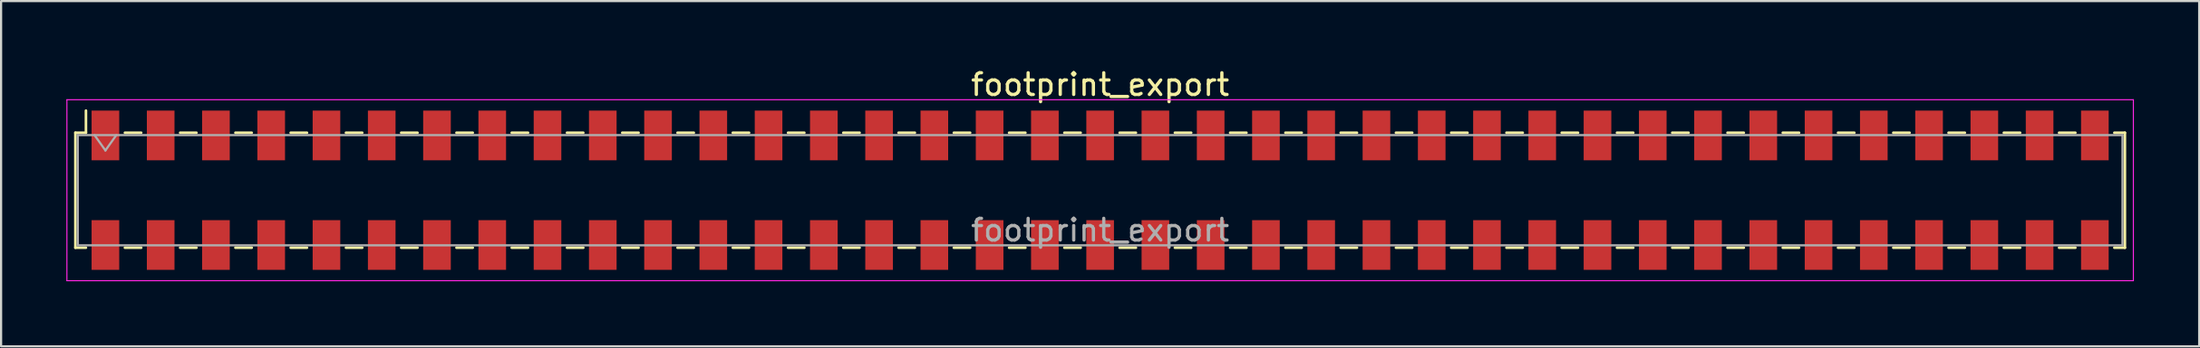
<source format=kicad_pcb>
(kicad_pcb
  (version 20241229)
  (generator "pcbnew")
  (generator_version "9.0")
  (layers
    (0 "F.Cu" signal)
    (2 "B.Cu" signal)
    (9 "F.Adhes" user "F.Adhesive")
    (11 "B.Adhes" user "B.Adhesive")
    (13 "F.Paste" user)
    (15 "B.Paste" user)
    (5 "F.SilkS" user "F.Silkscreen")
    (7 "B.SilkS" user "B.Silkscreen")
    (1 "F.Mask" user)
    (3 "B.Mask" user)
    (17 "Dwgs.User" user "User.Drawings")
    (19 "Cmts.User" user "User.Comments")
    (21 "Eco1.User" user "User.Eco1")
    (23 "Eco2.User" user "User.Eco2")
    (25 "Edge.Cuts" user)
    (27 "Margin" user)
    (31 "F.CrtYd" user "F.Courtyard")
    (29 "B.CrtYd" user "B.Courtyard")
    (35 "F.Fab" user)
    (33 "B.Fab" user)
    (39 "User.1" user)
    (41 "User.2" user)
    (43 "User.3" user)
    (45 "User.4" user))
  (footprint "footprint_export"
    (layer "F.Cu")
    (at 47.515 5.718)
    (property "Reference" "footprint_export" (at 0 -4.87 0) (layer "F.SilkS") (effects (font (size 1 1) (thickness 0.15))))
    (attr smd)
    (fp_line (start -47.1 -2.65) (end -47.1 2.65) (stroke (width 0.12) (type solid)) (layer "F.SilkS"))
    (fp_line (start -47.1 2.65) (end -46.615 2.65) (stroke (width 0.12) (type solid)) (layer "F.SilkS"))
    (fp_line (start -46.615 -3.67) (end -46.615 -2.65) (stroke (width 0.12) (type solid)) (layer "F.SilkS"))
    (fp_line (start -46.615 -2.65) (end -47.1 -2.65) (stroke (width 0.12) (type solid)) (layer "F.SilkS"))
    (fp_line (start -44.825 -2.65) (end -44.075 -2.65) (stroke (width 0.12) (type solid)) (layer "F.SilkS"))
    (fp_line (start -44.825 2.65) (end -44.075 2.65) (stroke (width 0.12) (type solid)) (layer "F.SilkS"))
    (fp_line (start -42.285 -2.65) (end -41.535 -2.65) (stroke (width 0.12) (type solid)) (layer "F.SilkS"))
    (fp_line (start -42.285 2.65) (end -41.535 2.65) (stroke (width 0.12) (type solid)) (layer "F.SilkS"))
    (fp_line (start -39.745 -2.65) (end -38.995 -2.65) (stroke (width 0.12) (type solid)) (layer "F.SilkS"))
    (fp_line (start -39.745 2.65) (end -38.995 2.65) (stroke (width 0.12) (type solid)) (layer "F.SilkS"))
    (fp_line (start -37.205 -2.65) (end -36.455 -2.65) (stroke (width 0.12) (type solid)) (layer "F.SilkS"))
    (fp_line (start -37.205 2.65) (end -36.455 2.65) (stroke (width 0.12) (type solid)) (layer "F.SilkS"))
    (fp_line (start -34.665 -2.65) (end -33.915 -2.65) (stroke (width 0.12) (type solid)) (layer "F.SilkS"))
    (fp_line (start -34.665 2.65) (end -33.915 2.65) (stroke (width 0.12) (type solid)) (layer "F.SilkS"))
    (fp_line (start -32.125 -2.65) (end -31.375 -2.65) (stroke (width 0.12) (type solid)) (layer "F.SilkS"))
    (fp_line (start -32.125 2.65) (end -31.375 2.65) (stroke (width 0.12) (type solid)) (layer "F.SilkS"))
    (fp_line (start -29.585 -2.65) (end -28.835 -2.65) (stroke (width 0.12) (type solid)) (layer "F.SilkS"))
    (fp_line (start -29.585 2.65) (end -28.835 2.65) (stroke (width 0.12) (type solid)) (layer "F.SilkS"))
    (fp_line (start -27.045 -2.65) (end -26.295 -2.65) (stroke (width 0.12) (type solid)) (layer "F.SilkS"))
    (fp_line (start -27.045 2.65) (end -26.295 2.65) (stroke (width 0.12) (type solid)) (layer "F.SilkS"))
    (fp_line (start -24.505 -2.65) (end -23.755 -2.65) (stroke (width 0.12) (type solid)) (layer "F.SilkS"))
    (fp_line (start -24.505 2.65) (end -23.755 2.65) (stroke (width 0.12) (type solid)) (layer "F.SilkS"))
    (fp_line (start -21.965 -2.65) (end -21.215 -2.65) (stroke (width 0.12) (type solid)) (layer "F.SilkS"))
    (fp_line (start -21.965 2.65) (end -21.215 2.65) (stroke (width 0.12) (type solid)) (layer "F.SilkS"))
    (fp_line (start -19.425 -2.65) (end -18.675 -2.65) (stroke (width 0.12) (type solid)) (layer "F.SilkS"))
    (fp_line (start -19.425 2.65) (end -18.675 2.65) (stroke (width 0.12) (type solid)) (layer "F.SilkS"))
    (fp_line (start -16.885 -2.65) (end -16.135 -2.65) (stroke (width 0.12) (type solid)) (layer "F.SilkS"))
    (fp_line (start -16.885 2.65) (end -16.135 2.65) (stroke (width 0.12) (type solid)) (layer "F.SilkS"))
    (fp_line (start -14.345 -2.65) (end -13.595 -2.65) (stroke (width 0.12) (type solid)) (layer "F.SilkS"))
    (fp_line (start -14.345 2.65) (end -13.595 2.65) (stroke (width 0.12) (type solid)) (layer "F.SilkS"))
    (fp_line (start -11.805 -2.65) (end -11.055 -2.65) (stroke (width 0.12) (type solid)) (layer "F.SilkS"))
    (fp_line (start -11.805 2.65) (end -11.055 2.65) (stroke (width 0.12) (type solid)) (layer "F.SilkS"))
    (fp_line (start -9.265 -2.65) (end -8.515 -2.65) (stroke (width 0.12) (type solid)) (layer "F.SilkS"))
    (fp_line (start -9.265 2.65) (end -8.515 2.65) (stroke (width 0.12) (type solid)) (layer "F.SilkS"))
    (fp_line (start -6.725 -2.65) (end -5.975 -2.65) (stroke (width 0.12) (type solid)) (layer "F.SilkS"))
    (fp_line (start -6.725 2.65) (end -5.975 2.65) (stroke (width 0.12) (type solid)) (layer "F.SilkS"))
    (fp_line (start -4.185 -2.65) (end -3.435 -2.65) (stroke (width 0.12) (type solid)) (layer "F.SilkS"))
    (fp_line (start -4.185 2.65) (end -3.435 2.65) (stroke (width 0.12) (type solid)) (layer "F.SilkS"))
    (fp_line (start -1.645 -2.65) (end -0.895 -2.65) (stroke (width 0.12) (type solid)) (layer "F.SilkS"))
    (fp_line (start -1.645 2.65) (end -0.895 2.65) (stroke (width 0.12) (type solid)) (layer "F.SilkS"))
    (fp_line (start 0.895 -2.65) (end 1.645 -2.65) (stroke (width 0.12) (type solid)) (layer "F.SilkS"))
    (fp_line (start 0.895 2.65) (end 1.645 2.65) (stroke (width 0.12) (type solid)) (layer "F.SilkS"))
    (fp_line (start 3.435 -2.65) (end 4.185 -2.65) (stroke (width 0.12) (type solid)) (layer "F.SilkS"))
    (fp_line (start 3.435 2.65) (end 4.185 2.65) (stroke (width 0.12) (type solid)) (layer "F.SilkS"))
    (fp_line (start 5.975 -2.65) (end 6.725 -2.65) (stroke (width 0.12) (type solid)) (layer "F.SilkS"))
    (fp_line (start 5.975 2.65) (end 6.725 2.65) (stroke (width 0.12) (type solid)) (layer "F.SilkS"))
    (fp_line (start 8.515 -2.65) (end 9.265 -2.65) (stroke (width 0.12) (type solid)) (layer "F.SilkS"))
    (fp_line (start 8.515 2.65) (end 9.265 2.65) (stroke (width 0.12) (type solid)) (layer "F.SilkS"))
    (fp_line (start 11.055 -2.65) (end 11.805 -2.65) (stroke (width 0.12) (type solid)) (layer "F.SilkS"))
    (fp_line (start 11.055 2.65) (end 11.805 2.65) (stroke (width 0.12) (type solid)) (layer "F.SilkS"))
    (fp_line (start 13.595 -2.65) (end 14.345 -2.65) (stroke (width 0.12) (type solid)) (layer "F.SilkS"))
    (fp_line (start 13.595 2.65) (end 14.345 2.65) (stroke (width 0.12) (type solid)) (layer "F.SilkS"))
    (fp_line (start 16.135 -2.65) (end 16.885 -2.65) (stroke (width 0.12) (type solid)) (layer "F.SilkS"))
    (fp_line (start 16.135 2.65) (end 16.885 2.65) (stroke (width 0.12) (type solid)) (layer "F.SilkS"))
    (fp_line (start 18.675 -2.65) (end 19.425 -2.65) (stroke (width 0.12) (type solid)) (layer "F.SilkS"))
    (fp_line (start 18.675 2.65) (end 19.425 2.65) (stroke (width 0.12) (type solid)) (layer "F.SilkS"))
    (fp_line (start 21.215 -2.65) (end 21.965 -2.65) (stroke (width 0.12) (type solid)) (layer "F.SilkS"))
    (fp_line (start 21.215 2.65) (end 21.965 2.65) (stroke (width 0.12) (type solid)) (layer "F.SilkS"))
    (fp_line (start 23.755 -2.65) (end 24.505 -2.65) (stroke (width 0.12) (type solid)) (layer "F.SilkS"))
    (fp_line (start 23.755 2.65) (end 24.505 2.65) (stroke (width 0.12) (type solid)) (layer "F.SilkS"))
    (fp_line (start 26.295 -2.65) (end 27.045 -2.65) (stroke (width 0.12) (type solid)) (layer "F.SilkS"))
    (fp_line (start 26.295 2.65) (end 27.045 2.65) (stroke (width 0.12) (type solid)) (layer "F.SilkS"))
    (fp_line (start 28.835 -2.65) (end 29.585 -2.65) (stroke (width 0.12) (type solid)) (layer "F.SilkS"))
    (fp_line (start 28.835 2.65) (end 29.585 2.65) (stroke (width 0.12) (type solid)) (layer "F.SilkS"))
    (fp_line (start 31.375 -2.65) (end 32.125 -2.65) (stroke (width 0.12) (type solid)) (layer "F.SilkS"))
    (fp_line (start 31.375 2.65) (end 32.125 2.65) (stroke (width 0.12) (type solid)) (layer "F.SilkS"))
    (fp_line (start 33.915 -2.65) (end 34.665 -2.65) (stroke (width 0.12) (type solid)) (layer "F.SilkS"))
    (fp_line (start 33.915 2.65) (end 34.665 2.65) (stroke (width 0.12) (type solid)) (layer "F.SilkS"))
    (fp_line (start 36.455 -2.65) (end 37.205 -2.65) (stroke (width 0.12) (type solid)) (layer "F.SilkS"))
    (fp_line (start 36.455 2.65) (end 37.205 2.65) (stroke (width 0.12) (type solid)) (layer "F.SilkS"))
    (fp_line (start 38.995 -2.65) (end 39.745 -2.65) (stroke (width 0.12) (type solid)) (layer "F.SilkS"))
    (fp_line (start 38.995 2.65) (end 39.745 2.65) (stroke (width 0.12) (type solid)) (layer "F.SilkS"))
    (fp_line (start 41.535 -2.65) (end 42.285 -2.65) (stroke (width 0.12) (type solid)) (layer "F.SilkS"))
    (fp_line (start 41.535 2.65) (end 42.285 2.65) (stroke (width 0.12) (type solid)) (layer "F.SilkS"))
    (fp_line (start 44.075 -2.65) (end 44.825 -2.65) (stroke (width 0.12) (type solid)) (layer "F.SilkS"))
    (fp_line (start 44.075 2.65) (end 44.825 2.65) (stroke (width 0.12) (type solid)) (layer "F.SilkS"))
    (fp_line (start 46.615 -2.65) (end 47.1 -2.65) (stroke (width 0.12) (type solid)) (layer "F.SilkS"))
    (fp_line (start 47.1 -2.65) (end 47.1 2.65) (stroke (width 0.12) (type solid)) (layer "F.SilkS"))
    (fp_line (start 47.1 2.65) (end 46.615 2.65) (stroke (width 0.12) (type solid)) (layer "F.SilkS"))
    (fp_line (start -47.49 -4.17) (end 47.49 -4.17) (stroke (width 0.05) (type solid)) (layer "F.CrtYd"))
    (fp_line (start -47.49 4.17) (end -47.49 -4.17) (stroke (width 0.05) (type solid)) (layer "F.CrtYd"))
    (fp_line (start 47.49 -4.17) (end 47.49 4.17) (stroke (width 0.05) (type solid)) (layer "F.CrtYd"))
    (fp_line (start 47.49 4.17) (end -47.49 4.17) (stroke (width 0.05) (type solid)) (layer "F.CrtYd"))
    (fp_line (start -46.99 -2.54) (end 46.99 -2.54) (stroke (width 0.1) (type solid)) (layer "F.Fab"))
    (fp_line (start -46.99 2.54) (end -46.99 -2.54) (stroke (width 0.1) (type solid)) (layer "F.Fab"))
    (fp_line (start -46.22 -2.54) (end -45.72 -1.833) (stroke (width 0.1) (type solid)) (layer "F.Fab"))
    (fp_line (start -45.72 -1.833) (end -45.22 -2.54) (stroke (width 0.1) (type solid)) (layer "F.Fab"))
    (fp_line (start 46.99 -2.54) (end 46.99 2.54) (stroke (width 0.1) (type solid)) (layer "F.Fab"))
    (fp_line (start 46.99 2.54) (end -46.99 2.54) (stroke (width 0.1) (type solid)) (layer "F.Fab"))
    (fp_text user "${REFERENCE}" (at 0 1.84 0) (layer "F.Fab") (effects (font (size 1 1) (thickness 0.15))))
    (pad "1" smd rect (at -45.72 -2.525) (size 1.27 2.29) (layers "F.Cu" "F.Mask" "F.Paste"))
    (pad "2" smd rect (at -45.72 2.525) (size 1.27 2.29) (layers "F.Cu" "F.Mask" "F.Paste"))
    (pad "3" smd rect (at -43.18 -2.525) (size 1.27 2.29) (layers "F.Cu" "F.Mask" "F.Paste"))
    (pad "4" smd rect (at -43.18 2.525) (size 1.27 2.29) (layers "F.Cu" "F.Mask" "F.Paste"))
    (pad "5" smd rect (at -40.64 -2.525) (size 1.27 2.29) (layers "F.Cu" "F.Mask" "F.Paste"))
    (pad "6" smd rect (at -40.64 2.525) (size 1.27 2.29) (layers "F.Cu" "F.Mask" "F.Paste"))
    (pad "7" smd rect (at -38.1 -2.525) (size 1.27 2.29) (layers "F.Cu" "F.Mask" "F.Paste"))
    (pad "8" smd rect (at -38.1 2.525) (size 1.27 2.29) (layers "F.Cu" "F.Mask" "F.Paste"))
    (pad "9" smd rect (at -35.56 -2.525) (size 1.27 2.29) (layers "F.Cu" "F.Mask" "F.Paste"))
    (pad "10" smd rect (at -35.56 2.525) (size 1.27 2.29) (layers "F.Cu" "F.Mask" "F.Paste"))
    (pad "11" smd rect (at -33.02 -2.525) (size 1.27 2.29) (layers "F.Cu" "F.Mask" "F.Paste"))
    (pad "12" smd rect (at -33.02 2.525) (size 1.27 2.29) (layers "F.Cu" "F.Mask" "F.Paste"))
    (pad "13" smd rect (at -30.48 -2.525) (size 1.27 2.29) (layers "F.Cu" "F.Mask" "F.Paste"))
    (pad "14" smd rect (at -30.48 2.525) (size 1.27 2.29) (layers "F.Cu" "F.Mask" "F.Paste"))
    (pad "15" smd rect (at -27.94 -2.525) (size 1.27 2.29) (layers "F.Cu" "F.Mask" "F.Paste"))
    (pad "16" smd rect (at -27.94 2.525) (size 1.27 2.29) (layers "F.Cu" "F.Mask" "F.Paste"))
    (pad "17" smd rect (at -25.4 -2.525) (size 1.27 2.29) (layers "F.Cu" "F.Mask" "F.Paste"))
    (pad "18" smd rect (at -25.4 2.525) (size 1.27 2.29) (layers "F.Cu" "F.Mask" "F.Paste"))
    (pad "19" smd rect (at -22.86 -2.525) (size 1.27 2.29) (layers "F.Cu" "F.Mask" "F.Paste"))
    (pad "20" smd rect (at -22.86 2.525) (size 1.27 2.29) (layers "F.Cu" "F.Mask" "F.Paste"))
    (pad "21" smd rect (at -20.32 -2.525) (size 1.27 2.29) (layers "F.Cu" "F.Mask" "F.Paste"))
    (pad "22" smd rect (at -20.32 2.525) (size 1.27 2.29) (layers "F.Cu" "F.Mask" "F.Paste"))
    (pad "23" smd rect (at -17.78 -2.525) (size 1.27 2.29) (layers "F.Cu" "F.Mask" "F.Paste"))
    (pad "24" smd rect (at -17.78 2.525) (size 1.27 2.29) (layers "F.Cu" "F.Mask" "F.Paste"))
    (pad "25" smd rect (at -15.24 -2.525) (size 1.27 2.29) (layers "F.Cu" "F.Mask" "F.Paste"))
    (pad "26" smd rect (at -15.24 2.525) (size 1.27 2.29) (layers "F.Cu" "F.Mask" "F.Paste"))
    (pad "27" smd rect (at -12.7 -2.525) (size 1.27 2.29) (layers "F.Cu" "F.Mask" "F.Paste"))
    (pad "28" smd rect (at -12.7 2.525) (size 1.27 2.29) (layers "F.Cu" "F.Mask" "F.Paste"))
    (pad "29" smd rect (at -10.16 -2.525) (size 1.27 2.29) (layers "F.Cu" "F.Mask" "F.Paste"))
    (pad "30" smd rect (at -10.16 2.525) (size 1.27 2.29) (layers "F.Cu" "F.Mask" "F.Paste"))
    (pad "31" smd rect (at -7.62 -2.525) (size 1.27 2.29) (layers "F.Cu" "F.Mask" "F.Paste"))
    (pad "32" smd rect (at -7.62 2.525) (size 1.27 2.29) (layers "F.Cu" "F.Mask" "F.Paste"))
    (pad "33" smd rect (at -5.08 -2.525) (size 1.27 2.29) (layers "F.Cu" "F.Mask" "F.Paste"))
    (pad "34" smd rect (at -5.08 2.525) (size 1.27 2.29) (layers "F.Cu" "F.Mask" "F.Paste"))
    (pad "35" smd rect (at -2.54 -2.525) (size 1.27 2.29) (layers "F.Cu" "F.Mask" "F.Paste"))
    (pad "36" smd rect (at -2.54 2.525) (size 1.27 2.29) (layers "F.Cu" "F.Mask" "F.Paste"))
    (pad "37" smd rect (at 0 -2.525) (size 1.27 2.29) (layers "F.Cu" "F.Mask" "F.Paste"))
    (pad "38" smd rect (at 0 2.525) (size 1.27 2.29) (layers "F.Cu" "F.Mask" "F.Paste"))
    (pad "39" smd rect (at 2.54 -2.525) (size 1.27 2.29) (layers "F.Cu" "F.Mask" "F.Paste"))
    (pad "40" smd rect (at 2.54 2.525) (size 1.27 2.29) (layers "F.Cu" "F.Mask" "F.Paste"))
    (pad "41" smd rect (at 5.08 -2.525) (size 1.27 2.29) (layers "F.Cu" "F.Mask" "F.Paste"))
    (pad "42" smd rect (at 5.08 2.525) (size 1.27 2.29) (layers "F.Cu" "F.Mask" "F.Paste"))
    (pad "43" smd rect (at 7.62 -2.525) (size 1.27 2.29) (layers "F.Cu" "F.Mask" "F.Paste"))
    (pad "44" smd rect (at 7.62 2.525) (size 1.27 2.29) (layers "F.Cu" "F.Mask" "F.Paste"))
    (pad "45" smd rect (at 10.16 -2.525) (size 1.27 2.29) (layers "F.Cu" "F.Mask" "F.Paste"))
    (pad "46" smd rect (at 10.16 2.525) (size 1.27 2.29) (layers "F.Cu" "F.Mask" "F.Paste"))
    (pad "47" smd rect (at 12.7 -2.525) (size 1.27 2.29) (layers "F.Cu" "F.Mask" "F.Paste"))
    (pad "48" smd rect (at 12.7 2.525) (size 1.27 2.29) (layers "F.Cu" "F.Mask" "F.Paste"))
    (pad "49" smd rect (at 15.24 -2.525) (size 1.27 2.29) (layers "F.Cu" "F.Mask" "F.Paste"))
    (pad "50" smd rect (at 15.24 2.525) (size 1.27 2.29) (layers "F.Cu" "F.Mask" "F.Paste"))
    (pad "51" smd rect (at 17.78 -2.525) (size 1.27 2.29) (layers "F.Cu" "F.Mask" "F.Paste"))
    (pad "52" smd rect (at 17.78 2.525) (size 1.27 2.29) (layers "F.Cu" "F.Mask" "F.Paste"))
    (pad "53" smd rect (at 20.32 -2.525) (size 1.27 2.29) (layers "F.Cu" "F.Mask" "F.Paste"))
    (pad "54" smd rect (at 20.32 2.525) (size 1.27 2.29) (layers "F.Cu" "F.Mask" "F.Paste"))
    (pad "55" smd rect (at 22.86 -2.525) (size 1.27 2.29) (layers "F.Cu" "F.Mask" "F.Paste"))
    (pad "56" smd rect (at 22.86 2.525) (size 1.27 2.29) (layers "F.Cu" "F.Mask" "F.Paste"))
    (pad "57" smd rect (at 25.4 -2.525) (size 1.27 2.29) (layers "F.Cu" "F.Mask" "F.Paste"))
    (pad "58" smd rect (at 25.4 2.525) (size 1.27 2.29) (layers "F.Cu" "F.Mask" "F.Paste"))
    (pad "59" smd rect (at 27.94 -2.525) (size 1.27 2.29) (layers "F.Cu" "F.Mask" "F.Paste"))
    (pad "60" smd rect (at 27.94 2.525) (size 1.27 2.29) (layers "F.Cu" "F.Mask" "F.Paste"))
    (pad "61" smd rect (at 30.48 -2.525) (size 1.27 2.29) (layers "F.Cu" "F.Mask" "F.Paste"))
    (pad "62" smd rect (at 30.48 2.525) (size 1.27 2.29) (layers "F.Cu" "F.Mask" "F.Paste"))
    (pad "63" smd rect (at 33.02 -2.525) (size 1.27 2.29) (layers "F.Cu" "F.Mask" "F.Paste"))
    (pad "64" smd rect (at 33.02 2.525) (size 1.27 2.29) (layers "F.Cu" "F.Mask" "F.Paste"))
    (pad "65" smd rect (at 35.56 -2.525) (size 1.27 2.29) (layers "F.Cu" "F.Mask" "F.Paste"))
    (pad "66" smd rect (at 35.56 2.525) (size 1.27 2.29) (layers "F.Cu" "F.Mask" "F.Paste"))
    (pad "67" smd rect (at 38.1 -2.525) (size 1.27 2.29) (layers "F.Cu" "F.Mask" "F.Paste"))
    (pad "68" smd rect (at 38.1 2.525) (size 1.27 2.29) (layers "F.Cu" "F.Mask" "F.Paste"))
    (pad "69" smd rect (at 40.64 -2.525) (size 1.27 2.29) (layers "F.Cu" "F.Mask" "F.Paste"))
    (pad "70" smd rect (at 40.64 2.525) (size 1.27 2.29) (layers "F.Cu" "F.Mask" "F.Paste"))
    (pad "71" smd rect (at 43.18 -2.525) (size 1.27 2.29) (layers "F.Cu" "F.Mask" "F.Paste"))
    (pad "72" smd rect (at 43.18 2.525) (size 1.27 2.29) (layers "F.Cu" "F.Mask" "F.Paste"))
    (pad "73" smd rect (at 45.72 -2.525) (size 1.27 2.29) (layers "F.Cu" "F.Mask" "F.Paste"))
    (pad "74" smd rect (at 45.72 2.525) (size 1.27 2.29) (layers "F.Cu" "F.Mask" "F.Paste")))
  (gr_rect
    (start -3 -3)
    (end 98.03 12.913)
    (stroke (width 0.1) (type default))
    (fill no)
    (layer "Edge.Cuts")))
</source>
